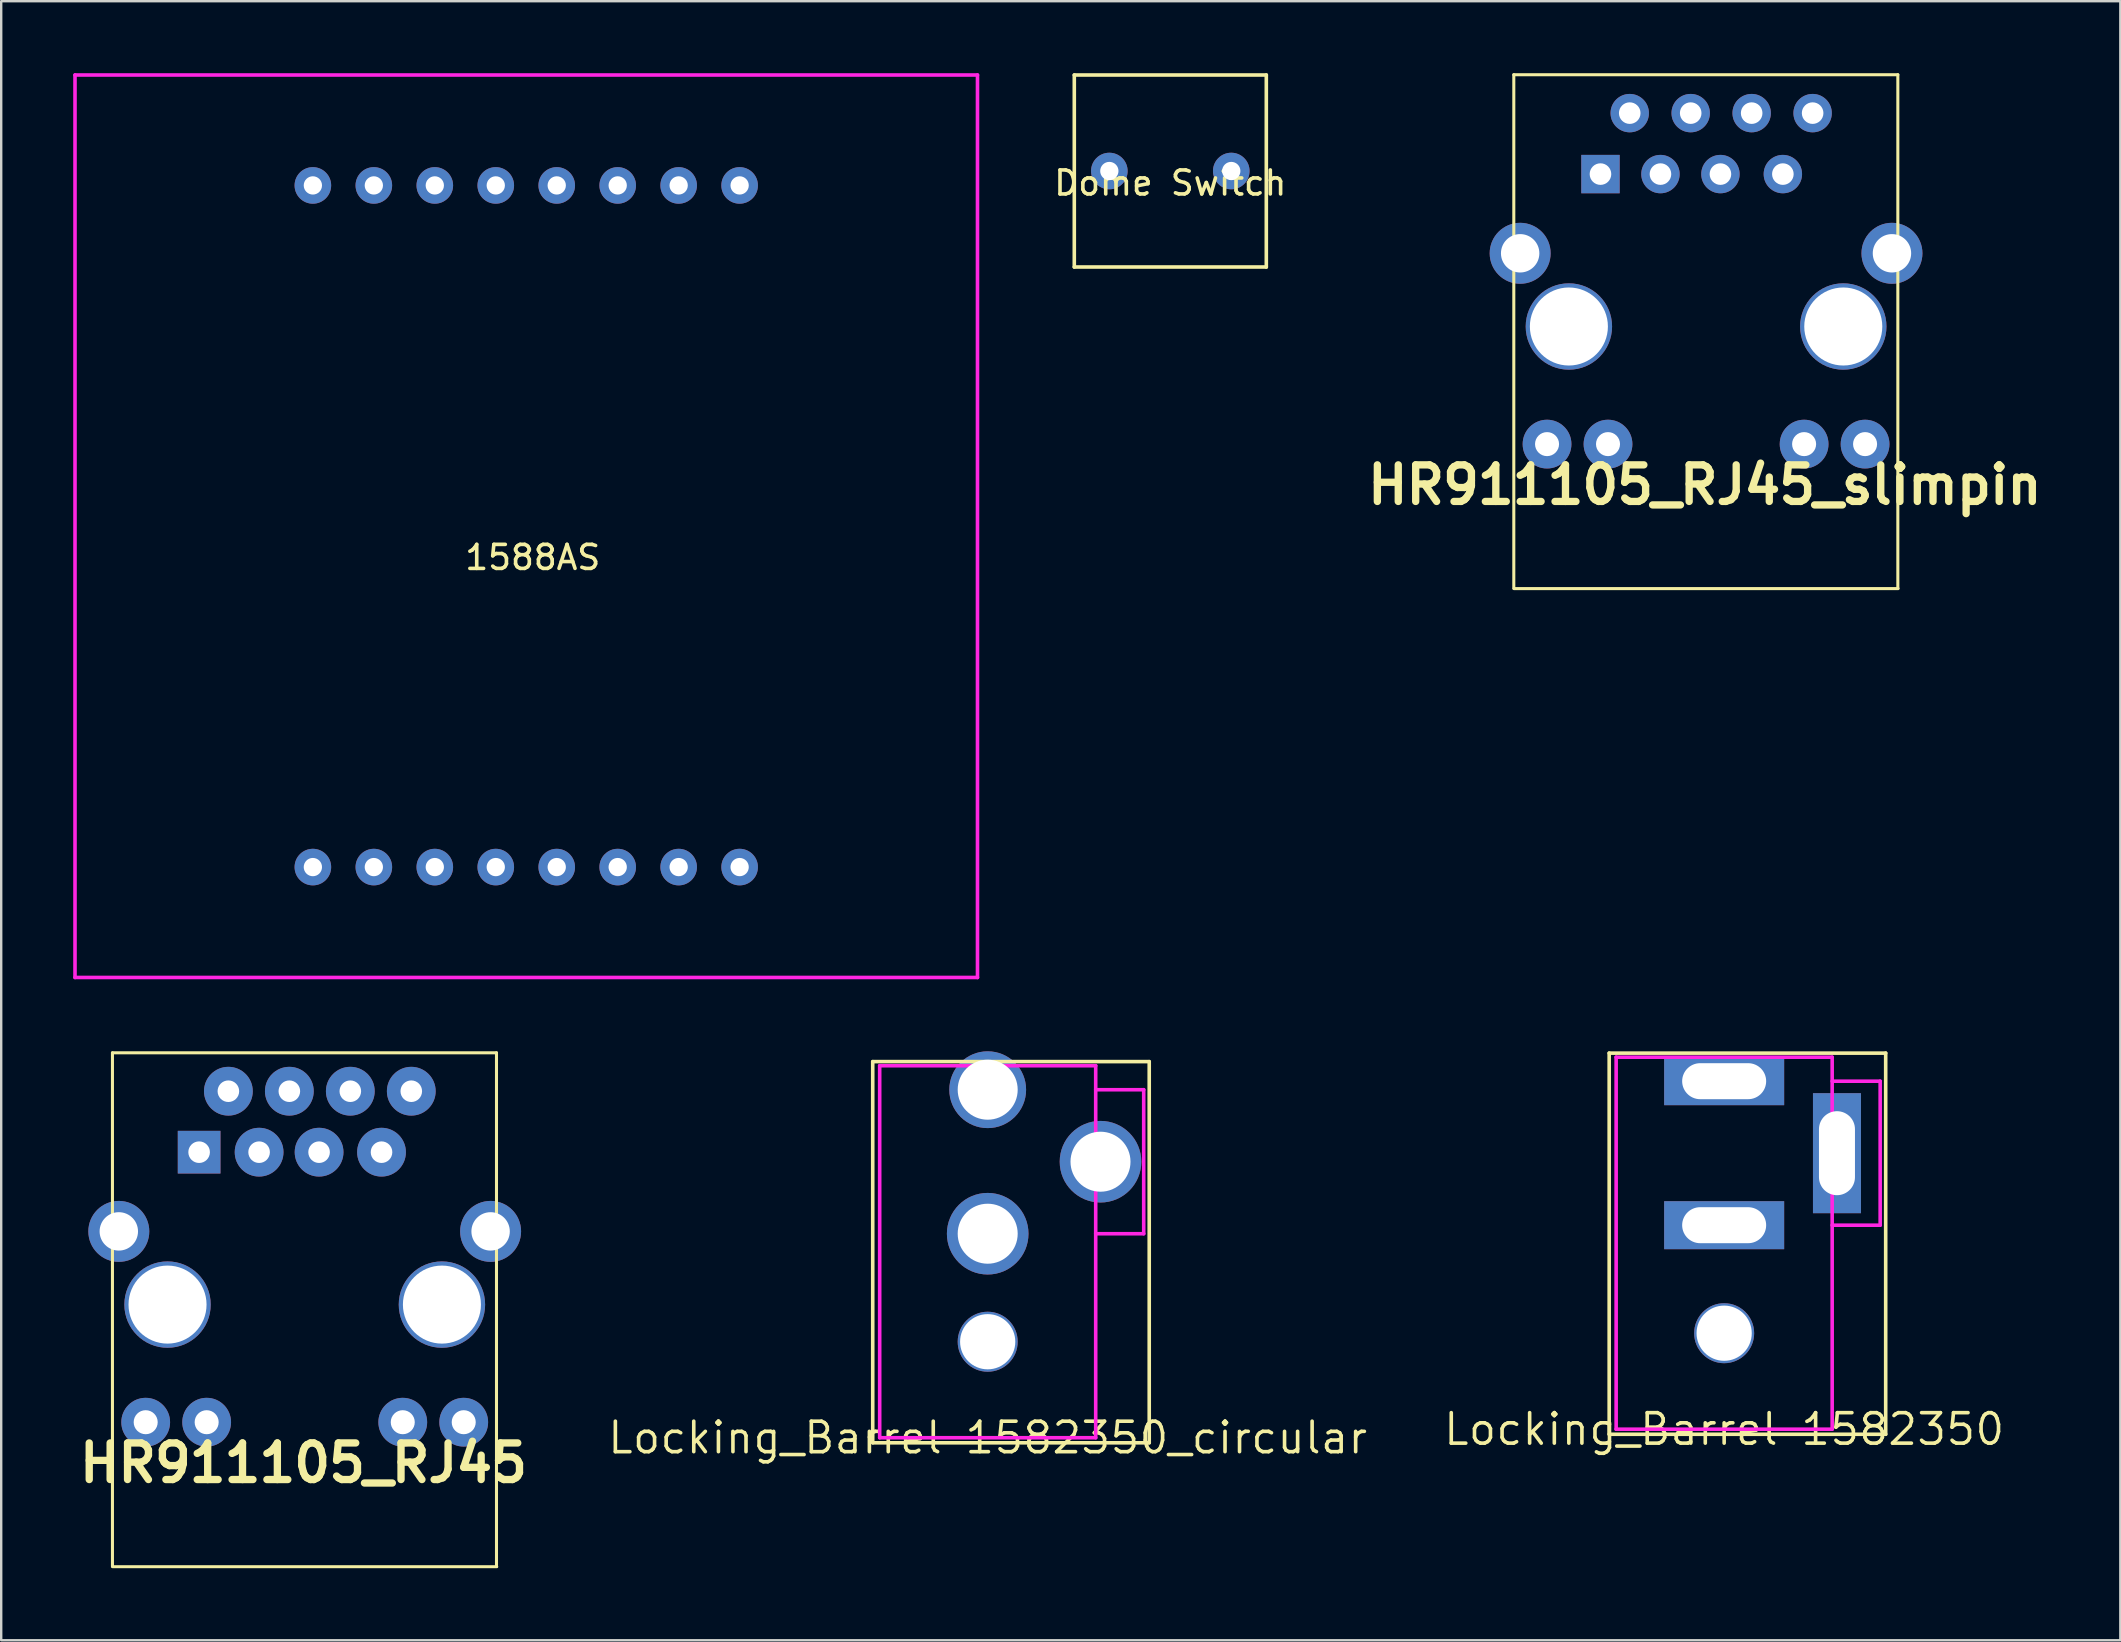
<source format=kicad_pcb>
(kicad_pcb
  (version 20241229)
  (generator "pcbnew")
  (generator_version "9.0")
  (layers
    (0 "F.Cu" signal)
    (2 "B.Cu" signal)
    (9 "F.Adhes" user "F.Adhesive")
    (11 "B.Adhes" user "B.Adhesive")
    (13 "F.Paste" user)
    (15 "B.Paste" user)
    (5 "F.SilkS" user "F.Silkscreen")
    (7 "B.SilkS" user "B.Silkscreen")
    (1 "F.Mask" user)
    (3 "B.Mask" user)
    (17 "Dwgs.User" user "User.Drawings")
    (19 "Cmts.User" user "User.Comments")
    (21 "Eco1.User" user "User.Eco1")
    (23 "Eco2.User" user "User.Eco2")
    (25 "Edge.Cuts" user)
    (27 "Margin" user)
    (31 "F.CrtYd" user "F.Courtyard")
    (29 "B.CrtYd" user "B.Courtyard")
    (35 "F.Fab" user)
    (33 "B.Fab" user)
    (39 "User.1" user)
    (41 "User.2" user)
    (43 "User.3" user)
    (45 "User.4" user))
  (footprint "Dome Switch"
    (layer "F.Cu")
    (at 45.708 4.075)
    (property "Reference" "Dome Switch" (at 0 0.5 0) (layer "F.SilkS") (effects (font (size 1 1) (thickness 0.15))))
    (attr through_hole)
    (fp_line (start -4 4) (end -4 -4) (stroke (width 0.15) (type solid)) (layer "F.SilkS"))
    (fp_line (start -4 4) (end 4 4) (stroke (width 0.15) (type solid)) (layer "F.SilkS"))
    (fp_line (start 4 -4) (end -4 -4) (stroke (width 0.15) (type solid)) (layer "F.SilkS"))
    (fp_line (start 4 -4) (end 4 4) (stroke (width 0.15) (type solid)) (layer "F.SilkS"))
    (pad "1" thru_hole circle (at 2.54 0) (size 1.524 1.524) (drill 0.762) (layers "*.Cu" "*.Mask"))
    (pad "2" thru_hole circle (at -2.54 0) (size 1.524 1.524) (drill 0.762) (layers "*.Cu" "*.Mask")))
  (footprint "Locking_Barrel 1582350"
    (layer "F.Cu")
    (at 68.783 56.495)
    (property "Reference" "Locking_Barrel 1582350" (at 0 0 0) (layer "F.SilkS") (effects (font (size 1.27 1.27) (thickness 0.15))))
    (attr through_hole)
    (fp_line (start -4.79 -15.67) (end 6.73 -15.67) (stroke (width 0.15) (type solid)) (layer "F.SilkS"))
    (fp_line (start -4.79 0.21) (end -4.79 -15.67) (stroke (width 0.15) (type solid)) (layer "F.SilkS"))
    (fp_line (start 6.73 -15.67) (end 6.73 0.21) (stroke (width 0.15) (type solid)) (layer "F.SilkS"))
    (fp_line (start 6.73 0.21) (end -4.79 0.21) (stroke (width 0.15) (type solid)) (layer "F.SilkS"))
    (fp_line (start -4.5 -15.5) (end 4.5 -15.5) (stroke (width 0.15) (type solid)) (layer "F.CrtYd"))
    (fp_line (start -4.5 0) (end -4.5 -15.5) (stroke (width 0.15) (type solid)) (layer "F.CrtYd"))
    (fp_line (start 4.5 -15.5) (end 4.5 0) (stroke (width 0.15) (type solid)) (layer "F.CrtYd"))
    (fp_line (start 4.5 -14.5) (end 6.5 -14.5) (stroke (width 0.15) (type solid)) (layer "F.CrtYd"))
    (fp_line (start 4.5 0) (end -4.5 0) (stroke (width 0.15) (type solid)) (layer "F.CrtYd"))
    (fp_line (start 6.5 -14.5) (end 6.5 -8.5) (stroke (width 0.15) (type solid)) (layer "F.CrtYd"))
    (fp_line (start 6.5 -8.5) (end 4.5 -8.5) (stroke (width 0.15) (type solid)) (layer "F.CrtYd"))
    (pad "1" thru_hole rect (at 0 -14.5) (size 5 2) (drill oval 3.5 1.5) (layers "*.Cu" "*.Mask"))
    (pad "2" thru_hole rect (at 0 -8.5) (size 5 2) (drill oval 3.5 1.5) (layers "*.Cu" "*.Mask"))
    (pad "3" thru_hole rect (at 4.7 -11.5) (size 2 5) (drill oval 1.5 3.5) (layers "*.Cu" "*.Mask"))
    (pad "Hole" thru_hole circle (at 0 -4) (size 2.5 2.5) (drill 2.3) (layers "*.Cu" "*.Mask")))
  (footprint "1588AS"
    (layer "F.Cu")
    (at 18.875 18.875)
    (property "Reference" "1588AS" (at 0.27 1.3 0) (layer "F.SilkS") (effects (font (size 1 1) (thickness 0.15))))
    (attr through_hole)
    (fp_line (start -18.8 18.8) (end -18.8 -18.8) (stroke (width 0.15) (type solid)) (layer "F.CrtYd"))
    (fp_line (start -18.8 18.8) (end 18.8 18.8) (stroke (width 0.15) (type solid)) (layer "F.CrtYd"))
    (fp_line (start 18.8 -18.8) (end -18.8 -18.8) (stroke (width 0.15) (type solid)) (layer "F.CrtYd"))
    (fp_line (start 18.8 -18.8) (end 18.8 18.8) (stroke (width 0.15) (type solid)) (layer "F.CrtYd"))
    (pad "1" thru_hole circle (at -8.89 -14.2) (size 1.524 1.524) (drill 0.762) (layers "*.Cu" "*.Mask"))
    (pad "2" thru_hole circle (at -6.35 -14.2) (size 1.524 1.524) (drill 0.762) (layers "*.Cu" "*.Mask"))
    (pad "3" thru_hole circle (at -3.81 -14.2) (size 1.524 1.524) (drill 0.762) (layers "*.Cu" "*.Mask"))
    (pad "4" thru_hole circle (at -1.27 -14.2) (size 1.524 1.524) (drill 0.762) (layers "*.Cu" "*.Mask"))
    (pad "5" thru_hole circle (at 1.27 -14.2) (size 1.524 1.524) (drill 0.762) (layers "*.Cu" "*.Mask"))
    (pad "6" thru_hole circle (at 3.81 -14.2) (size 1.524 1.524) (drill 0.762) (layers "*.Cu" "*.Mask"))
    (pad "7" thru_hole circle (at 6.35 -14.2) (size 1.524 1.524) (drill 0.762) (layers "*.Cu" "*.Mask"))
    (pad "8" thru_hole circle (at 8.89 -14.2) (size 1.524 1.524) (drill 0.762) (layers "*.Cu" "*.Mask"))
    (pad "9" thru_hole circle (at 8.89 14.2) (size 1.524 1.524) (drill 0.762) (layers "*.Cu" "*.Mask"))
    (pad "10" thru_hole circle (at 6.35 14.2) (size 1.524 1.524) (drill 0.762) (layers "*.Cu" "*.Mask"))
    (pad "11" thru_hole circle (at 3.81 14.2) (size 1.524 1.524) (drill 0.762) (layers "*.Cu" "*.Mask"))
    (pad "12" thru_hole circle (at 1.27 14.2) (size 1.524 1.524) (drill 0.762) (layers "*.Cu" "*.Mask"))
    (pad "13" thru_hole circle (at -1.27 14.2) (size 1.524 1.524) (drill 0.762) (layers "*.Cu" "*.Mask"))
    (pad "14" thru_hole circle (at -3.81 14.2) (size 1.524 1.524) (drill 0.762) (layers "*.Cu" "*.Mask"))
    (pad "15" thru_hole circle (at -6.35 14.2) (size 1.524 1.524) (drill 0.762) (layers "*.Cu" "*.Mask"))
    (pad "16" thru_hole circle (at -8.89 14.2) (size 1.524 1.524) (drill 0.762) (layers "*.Cu" "*.Mask")))
  (footprint "HR911105_RJ45_slimpin"
    (layer "F.Cu")
    (at 68.029 10.553)
    (property "Reference" "HR911105_RJ45_slimpin" (at -0.051 6.599 0) (layer "F.SilkS") (effects (font (size 1.524 1.524) (thickness 0.305))))
    (attr through_hole)
    (fp_line (start -8.01 -10.49) (end -8.01 10.91) (stroke (width 0.127) (type solid)) (layer "F.SilkS"))
    (fp_line (start -8 10.92) (end 8 10.92) (stroke (width 0.127) (type solid)) (layer "F.SilkS"))
    (fp_line (start 7.99 -10.49) (end -8.01 -10.49) (stroke (width 0.127) (type solid)) (layer "F.SilkS"))
    (fp_line (start 7.99 -10.49) (end 7.99 10.91) (stroke (width 0.127) (type solid)) (layer "F.SilkS"))
    (pad "13" thru_hole circle (at -7.745 -3.05) (size 2.54 2.54) (drill 1.6) (layers "*.Cu" "*.Mask"))
    (pad "13" thru_hole circle (at 7.745 -3.05) (size 2.54 2.54) (drill 1.6) (layers "*.Cu" "*.Mask"))
    (pad "Hole" thru_hole circle (at -5.715 0) (size 3.599 3.599) (drill 3.251) (layers "*.Cu" "*.Mask"))
    (pad "Hole" thru_hole circle (at 5.717 0) (size 3.599 3.599) (drill 3.251) (layers "*.Cu" "*.Mask"))
    (pad "L1" thru_hole circle (at 6.625 4.9) (size 2.032 2.032) (drill 1.001) (layers "*.Cu" "*.Mask"))
    (pad "L2" thru_hole circle (at 4.085 4.9) (size 2.032 2.032) (drill 1.001) (layers "*.Cu" "*.Mask"))
    (pad "L3" thru_hole circle (at -4.085 4.9) (size 2.032 2.032) (drill 1.001) (layers "*.Cu" "*.Mask"))
    (pad "L4" thru_hole circle (at -6.625 4.9) (size 2.032 2.032) (drill 1.001) (layers "*.Cu" "*.Mask"))
    (pad "R1" thru_hole rect (at -4.399 -6.35 90) (size 1.6 1.6) (drill 0.899) (layers "*.Cu" "*.Mask"))
    (pad "R2" thru_hole circle (at -3.18 -8.89) (size 1.6 1.6) (drill 0.899) (layers "*.Cu" "*.Mask"))
    (pad "R3" thru_hole circle (at -1.9 -6.35) (size 1.6 1.6) (drill 0.899) (layers "*.Cu" "*.Mask"))
    (pad "R4" thru_hole circle (at -0.64 -8.89) (size 1.6 1.6) (drill 0.899) (layers "*.Cu" "*.Mask"))
    (pad "R5" thru_hole circle (at 0.599 -6.35) (size 1.6 1.6) (drill 0.899) (layers "*.Cu" "*.Mask"))
    (pad "R6" thru_hole circle (at 1.9 -8.89) (size 1.6 1.6) (drill 0.899) (layers "*.Cu" "*.Mask"))
    (pad "R7" thru_hole circle (at 3.2 -6.35) (size 1.6 1.6) (drill 0.899) (layers "*.Cu" "*.Mask"))
    (pad "R8" thru_hole circle (at 4.44 -8.89) (size 1.6 1.6) (drill 0.899) (layers "*.Cu" "*.Mask")))
  (footprint "Locking_Barrel 1582350_circular"
    (layer "F.Cu")
    (at 38.1 56.85)
    (property "Reference" "Locking_Barrel 1582350_circular" (at 0 0 0) (layer "F.SilkS") (effects (font (size 1.27 1.27) (thickness 0.15))))
    (attr through_hole)
    (fp_line (start -4.79 -15.67) (end 6.73 -15.67) (stroke (width 0.15) (type solid)) (layer "F.SilkS"))
    (fp_line (start -4.79 0.21) (end -4.79 -15.67) (stroke (width 0.15) (type solid)) (layer "F.SilkS"))
    (fp_line (start 6.73 -15.67) (end 6.73 0.21) (stroke (width 0.15) (type solid)) (layer "F.SilkS"))
    (fp_line (start 6.73 0.21) (end -4.79 0.21) (stroke (width 0.15) (type solid)) (layer "F.SilkS"))
    (fp_line (start -4.5 -15.5) (end 4.5 -15.5) (stroke (width 0.15) (type solid)) (layer "F.CrtYd"))
    (fp_line (start -4.5 0) (end -4.5 -15.5) (stroke (width 0.15) (type solid)) (layer "F.CrtYd"))
    (fp_line (start 4.5 -15.5) (end 4.5 0) (stroke (width 0.15) (type solid)) (layer "F.CrtYd"))
    (fp_line (start 4.5 -14.5) (end 6.5 -14.5) (stroke (width 0.15) (type solid)) (layer "F.CrtYd"))
    (fp_line (start 4.5 0) (end -4.5 0) (stroke (width 0.15) (type solid)) (layer "F.CrtYd"))
    (fp_line (start 6.5 -14.5) (end 6.5 -8.5) (stroke (width 0.15) (type solid)) (layer "F.CrtYd"))
    (fp_line (start 6.5 -8.5) (end 4.5 -8.5) (stroke (width 0.15) (type solid)) (layer "F.CrtYd"))
    (pad "1" thru_hole circle (at 0 -14.5) (size 3.2 3.2) (drill 2.5) (layers "*.Cu" "*.Mask"))
    (pad "2" thru_hole circle (at 0 -8.5) (size 3.4 3.4) (drill 2.5) (layers "*.Cu" "*.Mask"))
    (pad "3" thru_hole circle (at 4.7 -11.5) (size 3.4 3.4) (drill 2.5) (layers "*.Cu" "*.Mask"))
    (pad "Hole" thru_hole circle (at 0 -4) (size 2.5 2.5) (drill 2.3) (layers "*.Cu" "*.Mask")))
  (footprint "HR911105_RJ45"
    (layer "F.Cu")
    (at 9.645 51.303)
    (property "Reference" "HR911105_RJ45" (at -0.051 6.599 0) (layer "F.SilkS") (effects (font (size 1.524 1.524) (thickness 0.305))))
    (attr through_hole)
    (fp_line (start -8.01 -10.49) (end -8.01 10.91) (stroke (width 0.127) (type solid)) (layer "F.SilkS"))
    (fp_line (start -8 10.92) (end 8 10.92) (stroke (width 0.127) (type solid)) (layer "F.SilkS"))
    (fp_line (start 7.99 -10.49) (end -8.01 -10.49) (stroke (width 0.127) (type solid)) (layer "F.SilkS"))
    (fp_line (start 7.99 -10.49) (end 7.99 10.91) (stroke (width 0.127) (type solid)) (layer "F.SilkS"))
    (pad "13" thru_hole circle (at -7.745 -3.05) (size 2.54 2.54) (drill 1.6) (layers "*.Cu" "*.Mask"))
    (pad "13" thru_hole circle (at 7.745 -3.05) (size 2.54 2.54) (drill 1.6) (layers "*.Cu" "*.Mask"))
    (pad "Hole" thru_hole circle (at -5.715 0) (size 3.599 3.599) (drill 3.251) (layers "*.Cu" "*.Mask"))
    (pad "Hole" thru_hole circle (at 5.717 0) (size 3.599 3.599) (drill 3.251) (layers "*.Cu" "*.Mask"))
    (pad "L1" thru_hole circle (at 6.625 4.9) (size 2.032 2.032) (drill 1.001) (layers "*.Cu" "*.Mask"))
    (pad "L2" thru_hole circle (at 4.085 4.9) (size 2.032 2.032) (drill 1.001) (layers "*.Cu" "*.Mask"))
    (pad "L3" thru_hole circle (at -4.085 4.9) (size 2.032 2.032) (drill 1.001) (layers "*.Cu" "*.Mask"))
    (pad "L4" thru_hole circle (at -6.625 4.9) (size 2.032 2.032) (drill 1.001) (layers "*.Cu" "*.Mask"))
    (pad "R1" thru_hole rect (at -4.399 -6.35 90) (size 1.778 1.778) (drill 0.899) (layers "*.Cu" "*.Mask"))
    (pad "R2" thru_hole circle (at -3.18 -8.89) (size 2.032 2.032) (drill 0.899) (layers "*.Cu" "*.Mask"))
    (pad "R3" thru_hole circle (at -1.9 -6.35) (size 2.032 2.032) (drill 0.899) (layers "*.Cu" "*.Mask"))
    (pad "R4" thru_hole circle (at -0.64 -8.89) (size 2.032 2.032) (drill 0.899) (layers "*.Cu" "*.Mask"))
    (pad "R5" thru_hole circle (at 0.599 -6.35) (size 2.032 2.032) (drill 0.899) (layers "*.Cu" "*.Mask"))
    (pad "R6" thru_hole circle (at 1.9 -8.89) (size 2.032 2.032) (drill 0.899) (layers "*.Cu" "*.Mask"))
    (pad "R7" thru_hole circle (at 3.2 -6.35) (size 2.032 2.032) (drill 0.899) (layers "*.Cu" "*.Mask"))
    (pad "R8" thru_hole circle (at 4.44 -8.89) (size 2.032 2.032) (drill 0.899) (layers "*.Cu" "*.Mask")))
  (gr_rect
    (start -3 -3)
    (end 85.289 65.287)
    (stroke (width 0.1) (type default))
    (fill no)
    (layer "Edge.Cuts")))
</source>
